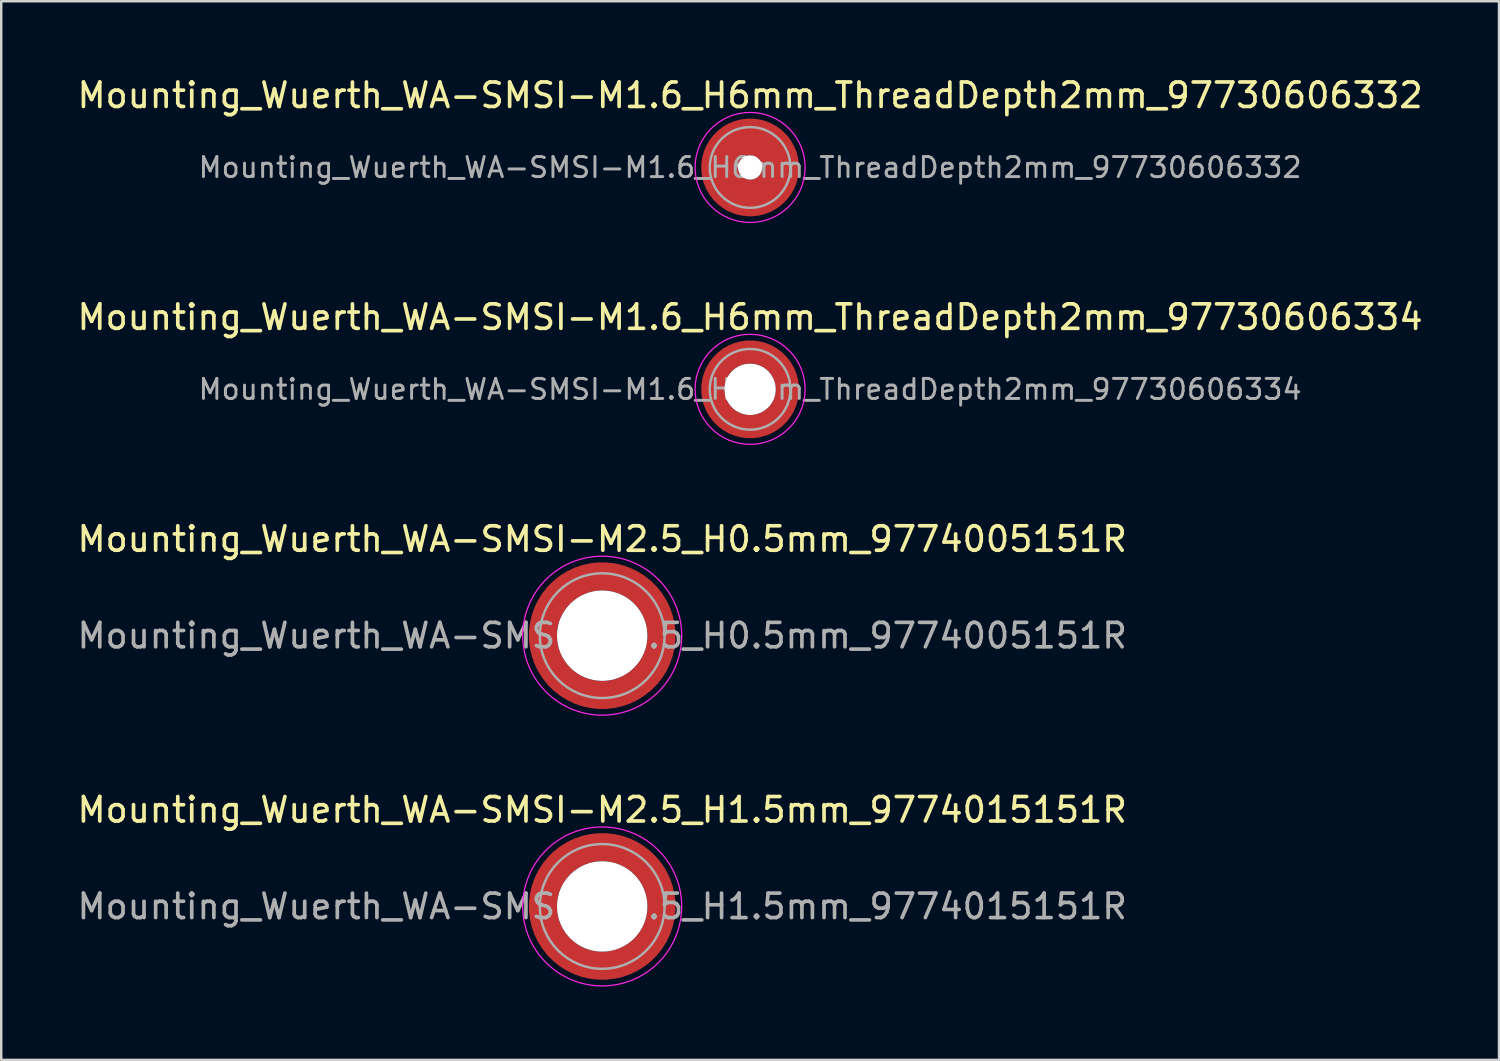
<source format=kicad_pcb>
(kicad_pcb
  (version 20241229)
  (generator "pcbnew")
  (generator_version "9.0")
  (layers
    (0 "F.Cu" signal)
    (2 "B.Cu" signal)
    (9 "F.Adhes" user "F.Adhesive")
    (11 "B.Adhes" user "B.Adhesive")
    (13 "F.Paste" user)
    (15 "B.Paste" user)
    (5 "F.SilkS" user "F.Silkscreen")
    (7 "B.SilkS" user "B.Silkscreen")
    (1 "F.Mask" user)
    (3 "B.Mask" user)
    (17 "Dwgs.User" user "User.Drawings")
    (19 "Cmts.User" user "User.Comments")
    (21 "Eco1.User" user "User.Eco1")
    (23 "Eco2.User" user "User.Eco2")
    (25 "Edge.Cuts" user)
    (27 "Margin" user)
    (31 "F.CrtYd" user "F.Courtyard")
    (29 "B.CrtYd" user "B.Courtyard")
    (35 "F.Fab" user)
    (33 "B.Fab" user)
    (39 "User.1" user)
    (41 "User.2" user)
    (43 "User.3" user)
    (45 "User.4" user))
  (footprint "Mounting_Wuerth_WA-SMSI-M2.5_H1.5mm_9774015151R"
    (layer "F.Cu")
    (at 21.577 34.018)
    (property "Reference" "Mounting_Wuerth_WA-SMSI-M2.5_H1.5mm_9774015151R" (at 0 -3.95 0) (layer "F.SilkS") (effects (font (size 1 1) (thickness 0.15))))
    (attr smd allow_soldermask_bridges)
    (fp_circle (center 0 0) (end 3.25 0) (stroke (width 0.05) (type solid)) (fill no) (layer "F.CrtYd"))
    (fp_circle (center 0 0) (end 2.55 0) (stroke (width 0.1) (type solid)) (fill no) (layer "F.Fab"))
    (fp_text user "${REFERENCE}" (at 0 0 0) (layer "F.Fab") (effects (font (size 1 1) (thickness 0.15))))
    (pad "" smd custom (at -1.704 -1.704) (size 0.51 0.51) (layers "F.Paste") (options (anchor circle)) (primitives (gr_arc (start -0.250195 1.279127) (mid 0.289914 0.289914) (end 1.279127 -0.250195) (width 0.2)) (gr_arc (start -0.34334 1.279127) (mid 0.225488 0.225488) (end 1.279127 -0.34334) (width 0.2)) (gr_arc (start -0.436309 1.279127) (mid 0.161063 0.161063) (end 1.279127 -0.436309) (width 0.2)) (gr_arc (start -0.529126 1.279127) (mid 0.096638 0.096638) (end 1.279127 -0.529126) (width 0.2)) (gr_arc (start -0.621807 1.279127) (mid 0.032213 0.032213) (end 1.279127 -0.621807) (width 0.2)) (gr_arc (start -0.71437 1.279127) (mid -0.032213 -0.032213) (end 1.279127 -0.71437) (width 0.2)) (gr_arc (start -0.806826 1.279127) (mid -0.096638 -0.096638) (end 1.279127 -0.806826) (width 0.2)) (gr_arc (start -0.899187 1.279127) (mid -0.161063 -0.161063) (end 1.279127 -0.899187) (width 0.2)) (gr_arc (start -0.991463 1.279127) (mid -0.225488 -0.225488) (end 1.279127 -0.991463) (width 0.2)) (gr_arc (start -1.083663 1.279127) (mid -0.289914 -0.289914) (end 1.279127 -1.083663) (width 0.2)) (gr_line (start 1.279 -0.25) (end 1.279 -1.084) (width 0.2)) (gr_line (start -0.25 1.279) (end -1.084 1.279) (width 0.2))))
    (pad "" smd custom (at -1.704 1.704) (size 0.51 0.51) (layers "F.Paste") (options (anchor circle)) (primitives (gr_arc (start 1.279127 0.250195) (mid 0.289914 -0.289914) (end -0.250195 -1.279127) (width 0.2)) (gr_arc (start 1.279127 0.34334) (mid 0.225488 -0.225488) (end -0.34334 -1.279127) (width 0.2)) (gr_arc (start 1.279127 0.436309) (mid 0.161063 -0.161063) (end -0.436309 -1.279127) (width 0.2)) (gr_arc (start 1.279127 0.529126) (mid 0.096638 -0.096638) (end -0.529126 -1.279127) (width 0.2)) (gr_arc (start 1.279127 0.621807) (mid 0.032213 -0.032213) (end -0.621807 -1.279127) (width 0.2)) (gr_arc (start 1.279127 0.71437) (mid -0.032213 0.032213) (end -0.71437 -1.279127) (width 0.2)) (gr_arc (start 1.279127 0.806826) (mid -0.096638 0.096638) (end -0.806826 -1.279127) (width 0.2)) (gr_arc (start 1.279127 0.899187) (mid -0.161063 0.161063) (end -0.899187 -1.279127) (width 0.2)) (gr_arc (start 1.279127 0.991463) (mid -0.225488 0.225488) (end -0.991463 -1.279127) (width 0.2)) (gr_arc (start 1.279127 1.083663) (mid -0.289914 0.289914) (end -1.083663 -1.279127) (width 0.2)) (gr_line (start -0.25 -1.279) (end -1.084 -1.279) (width 0.2)) (gr_line (start 1.279 0.25) (end 1.279 1.084) (width 0.2))))
    (pad "" np_thru_hole circle (at 0 0) (size 3.7 3.7) (drill 3.7) (layers "*.Cu" "*.Mask"))
    (pad "" smd custom (at 1.704 -1.704) (size 0.51 0.51) (layers "F.Paste") (options (anchor circle)) (primitives (gr_arc (start -1.279127 -0.250195) (mid -0.289914 0.289914) (end 0.250195 1.279127) (width 0.2)) (gr_arc (start -1.279127 -0.34334) (mid -0.225488 0.225488) (end 0.34334 1.279127) (width 0.2)) (gr_arc (start -1.279127 -0.436309) (mid -0.161063 0.161063) (end 0.436309 1.279127) (width 0.2)) (gr_arc (start -1.279127 -0.529126) (mid -0.096638 0.096638) (end 0.529126 1.279127) (width 0.2)) (gr_arc (start -1.279127 -0.621807) (mid -0.032213 0.032213) (end 0.621807 1.279127) (width 0.2)) (gr_arc (start -1.279127 -0.71437) (mid 0.032213 -0.032213) (end 0.71437 1.279127) (width 0.2)) (gr_arc (start -1.279127 -0.806826) (mid 0.096638 -0.096638) (end 0.806826 1.279127) (width 0.2)) (gr_arc (start -1.279127 -0.899187) (mid 0.161063 -0.161063) (end 0.899187 1.279127) (width 0.2)) (gr_arc (start -1.279127 -0.991463) (mid 0.225488 -0.225488) (end 0.991463 1.279127) (width 0.2)) (gr_arc (start -1.279127 -1.083663) (mid 0.289914 -0.289914) (end 1.083663 1.279127) (width 0.2)) (gr_line (start 0.25 1.279) (end 1.084 1.279) (width 0.2)) (gr_line (start -1.279 -0.25) (end -1.279 -1.084) (width 0.2))))
    (pad "" smd custom (at 1.704 1.704) (size 0.51 0.51) (layers "F.Paste") (options (anchor circle)) (primitives (gr_arc (start 0.250195 -1.279127) (mid -0.289914 -0.289914) (end -1.279127 0.250195) (width 0.2)) (gr_arc (start 0.34334 -1.279127) (mid -0.225488 -0.225488) (end -1.279127 0.34334) (width 0.2)) (gr_arc (start 0.436309 -1.279127) (mid -0.161063 -0.161063) (end -1.279127 0.436309) (width 0.2)) (gr_arc (start 0.529126 -1.279127) (mid -0.096638 -0.096638) (end -1.279127 0.529126) (width 0.2)) (gr_arc (start 0.621807 -1.279127) (mid -0.032213 -0.032213) (end -1.279127 0.621807) (width 0.2)) (gr_arc (start 0.71437 -1.279127) (mid 0.032213 0.032213) (end -1.279127 0.71437) (width 0.2)) (gr_arc (start 0.806826 -1.279127) (mid 0.096638 0.096638) (end -1.279127 0.806826) (width 0.2)) (gr_arc (start 0.899187 -1.279127) (mid 0.161063 0.161063) (end -1.279127 0.899187) (width 0.2)) (gr_arc (start 0.991463 -1.279127) (mid 0.225488 0.225488) (end -1.279127 0.991463) (width 0.2)) (gr_arc (start 1.083663 -1.279127) (mid 0.289914 0.289914) (end -1.279127 1.083663) (width 0.2)) (gr_line (start -1.279 0.25) (end -1.279 1.084) (width 0.2)) (gr_line (start 0.25 -1.279) (end 1.084 -1.279) (width 0.2))))
    (pad "1" smd circle (at -2.425 0) (size 0.642 0.642) (layers "F.Cu"))
    (pad "1" smd circle (at 0 -2.425) (size 0.642 0.642) (layers "F.Cu"))
    (pad "1" smd circle (at 0 2.425) (size 0.642 0.642) (layers "F.Cu"))
    (pad "1" smd custom (at 2.425 0) (size 1.15 1.15) (layers "F.Cu" "F.Mask") (options (anchor circle)) (primitives (gr_circle (center -2.425 0) (end 0 0) (width 1.15) (fill no)))))
  (footprint "Mounting_Wuerth_WA-SMSI-M1.6_H6mm_ThreadDepth2mm_97730606334"
    (layer "F.Cu")
    (at 27.625 12.871)
    (property "Reference" "Mounting_Wuerth_WA-SMSI-M1.6_H6mm_ThreadDepth2mm_97730606334" (at 0 -2.95 0) (layer "F.SilkS") (effects (font (size 1 1) (thickness 0.15))))
    (attr smd allow_soldermask_bridges)
    (fp_circle (center 0 0) (end 2.25 0) (stroke (width 0.05) (type solid)) (fill no) (layer "F.CrtYd"))
    (fp_circle (center 0 0) (end 1.65 0) (stroke (width 0.1) (type solid)) (fill no) (layer "F.Fab"))
    (fp_text user "${REFERENCE}" (at 0 0 0) (layer "F.Fab") (effects (font (size 0.82 0.82) (thickness 0.12))))
    (pad "" smd custom (at -1.061 -1.061) (size 0.4 0.4) (layers "F.Paste") (options (anchor circle)) (primitives (gr_arc (start -0.101235 0.76066) (mid 0.212132 0.212132) (end 0.76066 -0.101235) (width 0.2)) (gr_arc (start -0.204251 0.76066) (mid 0.141421 0.141421) (end 0.76066 -0.204251) (width 0.2)) (gr_arc (start -0.306819 0.76066) (mid 0.070711 0.070711) (end 0.76066 -0.306819) (width 0.2)) (gr_arc (start -0.409034 0.76066) (mid 0 0) (end 0.76066 -0.409034) (width 0.2)) (gr_arc (start -0.510963 0.76066) (mid -0.070711 -0.070711) (end 0.76066 -0.510963) (width 0.2)) (gr_arc (start -0.61266 0.76066) (mid -0.141421 -0.141421) (end 0.76066 -0.61266) (width 0.2)) (gr_arc (start -0.714164 0.76066) (mid -0.212132 -0.212132) (end 0.76066 -0.714164) (width 0.2)) (gr_line (start 0.761 -0.101) (end 0.761 -0.714) (width 0.2)) (gr_line (start -0.101 0.761) (end -0.714 0.761) (width 0.2))))
    (pad "" smd custom (at -1.061 1.061) (size 0.4 0.4) (layers "F.Paste") (options (anchor circle)) (primitives (gr_arc (start 0.76066 0.101235) (mid 0.212132 -0.212132) (end -0.101235 -0.76066) (width 0.2)) (gr_arc (start 0.76066 0.204251) (mid 0.141421 -0.141421) (end -0.204251 -0.76066) (width 0.2)) (gr_arc (start 0.76066 0.306819) (mid 0.070711 -0.070711) (end -0.306819 -0.76066) (width 0.2)) (gr_arc (start 0.76066 0.409034) (mid 0 0) (end -0.409034 -0.76066) (width 0.2)) (gr_arc (start 0.76066 0.510963) (mid -0.070711 0.070711) (end -0.510963 -0.76066) (width 0.2)) (gr_arc (start 0.76066 0.61266) (mid -0.141421 0.141421) (end -0.61266 -0.76066) (width 0.2)) (gr_arc (start 0.76066 0.714164) (mid -0.212132 0.212132) (end -0.714164 -0.76066) (width 0.2)) (gr_line (start -0.101 -0.761) (end -0.714 -0.761) (width 0.2)) (gr_line (start 0.761 0.101) (end 0.761 0.714) (width 0.2))))
    (pad "" np_thru_hole circle (at 0 0) (size 2.1 2.1) (drill 2.1) (layers "*.Cu" "*.Mask"))
    (pad "" smd custom (at 1.061 -1.061) (size 0.4 0.4) (layers "F.Paste") (options (anchor circle)) (primitives (gr_arc (start -0.76066 -0.101235) (mid -0.212132 0.212132) (end 0.101235 0.76066) (width 0.2)) (gr_arc (start -0.76066 -0.204251) (mid -0.141421 0.141421) (end 0.204251 0.76066) (width 0.2)) (gr_arc (start -0.76066 -0.306819) (mid -0.070711 0.070711) (end 0.306819 0.76066) (width 0.2)) (gr_arc (start -0.76066 -0.409034) (mid 0 0) (end 0.409034 0.76066) (width 0.2)) (gr_arc (start -0.76066 -0.510963) (mid 0.070711 -0.070711) (end 0.510963 0.76066) (width 0.2)) (gr_arc (start -0.76066 -0.61266) (mid 0.141421 -0.141421) (end 0.61266 0.76066) (width 0.2)) (gr_arc (start -0.76066 -0.714164) (mid 0.212132 -0.212132) (end 0.714164 0.76066) (width 0.2)) (gr_line (start 0.101 0.761) (end 0.714 0.761) (width 0.2)) (gr_line (start -0.761 -0.101) (end -0.761 -0.714) (width 0.2))))
    (pad "" smd custom (at 1.061 1.061) (size 0.4 0.4) (layers "F.Paste") (options (anchor circle)) (primitives (gr_arc (start 0.101235 -0.76066) (mid -0.212132 -0.212132) (end -0.76066 0.101235) (width 0.2)) (gr_arc (start 0.204251 -0.76066) (mid -0.141421 -0.141421) (end -0.76066 0.204251) (width 0.2)) (gr_arc (start 0.306819 -0.76066) (mid -0.070711 -0.070711) (end -0.76066 0.306819) (width 0.2)) (gr_arc (start 0.409034 -0.76066) (mid 0 0) (end -0.76066 0.409034) (width 0.2)) (gr_arc (start 0.510963 -0.76066) (mid 0.070711 0.070711) (end -0.76066 0.510963) (width 0.2)) (gr_arc (start 0.61266 -0.76066) (mid 0.141421 0.141421) (end -0.76066 0.61266) (width 0.2)) (gr_arc (start 0.714164 -0.76066) (mid 0.212132 0.212132) (end -0.76066 0.714164) (width 0.2)) (gr_line (start -0.761 0.101) (end -0.761 0.714) (width 0.2)) (gr_line (start 0.101 -0.761) (end 0.714 -0.761) (width 0.2))))
    (pad "1" smd circle (at -1.525 0) (size 0.442 0.442) (layers "F.Cu"))
    (pad "1" smd circle (at 0 -1.525) (size 0.442 0.442) (layers "F.Cu"))
    (pad "1" smd circle (at 0 1.525) (size 0.442 0.442) (layers "F.Cu"))
    (pad "1" smd custom (at 1.525 0) (size 0.95 0.95) (layers "F.Cu" "F.Mask") (options (anchor circle)) (primitives (gr_circle (center -1.525 0) (end 0 0) (width 0.95) (fill no)))))
  (footprint "Mounting_Wuerth_WA-SMSI-M1.6_H6mm_ThreadDepth2mm_97730606332"
    (layer "F.Cu")
    (at 27.625 3.798)
    (property "Reference" "Mounting_Wuerth_WA-SMSI-M1.6_H6mm_ThreadDepth2mm_97730606332" (at 0 -2.95 0) (layer "F.SilkS") (effects (font (size 1 1) (thickness 0.15))))
    (attr smd allow_soldermask_bridges)
    (fp_circle (center 0 0) (end 2.25 0) (stroke (width 0.05) (type solid)) (fill no) (layer "F.CrtYd"))
    (fp_circle (center 0 0) (end 1.65 0) (stroke (width 0.1) (type solid)) (fill no) (layer "F.Fab"))
    (fp_text user "${REFERENCE}" (at 0 0 0) (layer "F.Fab") (effects (font (size 0.82 0.82) (thickness 0.12))))
    (pad "" smd custom (at 0 -1.25) (size 0.65 0.65) (layers "F.Paste") (options (anchor circle)) (primitives (gr_arc (start -0.259808 0.6) (mid 0.392514 0.670403) (end 0.7 1.25) (width 0.2)) (gr_arc (start -0.466369 0.6) (mid 0.365311 0.538278) (end 0.8 1.25) (width 0.2)) (gr_arc (start -0.622495 0.6) (mid 0.35338 0.422279) (end 0.9 1.25) (width 0.2)) (gr_arc (start -0.759934 0.6) (mid 0.346458 0.311934) (end 1 1.25) (width 0.2)) (gr_arc (start -0.887412 0.6) (mid 0.341941 0.204497) (end 1.1 1.25) (width 0.2)) (gr_arc (start -1.008712 0.6) (mid 0.338781 0.098815) (end 1.2 1.25) (width 0.2)) (gr_arc (start -1.125833 0.6) (mid 0.336465 -0.005704) (end 1.3 1.25) (width 0.2)) (gr_arc (start -1.23996 0.6) (mid 0.334706 -0.109401) (end 1.4 1.25) (width 0.2)) (gr_arc (start -1.351851 0.6) (mid 0.333335 -0.212494) (end 1.5 1.25) (width 0.2)) (gr_arc (start -1.462019 0.6) (mid 0.332242 -0.315125) (end 1.6 1.25) (width 0.2)) (gr_arc (start -1.570828 0.6) (mid 0.331355 -0.417394) (end 1.7 1.25) (width 0.2)) (gr_arc (start -1.678541 0.6) (mid 0.330625 -0.519375) (end 1.8 1.25) (width 0.2)) (gr_line (start 0.7 1.25) (end 1.8 1.25) (width 0.2)) (gr_line (start -0.26 0.6) (end -1.679 0.6) (width 0.2))))
    (pad "" np_thru_hole circle (at 0 0) (size 1 1) (drill 1) (layers "*.Cu" "*.Mask"))
    (pad "" smd custom (at 0 1.25) (size 0.65 0.65) (layers "F.Paste") (options (anchor circle)) (primitives (gr_arc (start 0.259808 -0.6) (mid -0.392514 -0.670403) (end -0.7 -1.25) (width 0.2)) (gr_arc (start 0.466369 -0.6) (mid -0.365311 -0.538278) (end -0.8 -1.25) (width 0.2)) (gr_arc (start 0.622495 -0.6) (mid -0.35338 -0.422279) (end -0.9 -1.25) (width 0.2)) (gr_arc (start 0.759934 -0.6) (mid -0.346458 -0.311934) (end -1 -1.25) (width 0.2)) (gr_arc (start 0.887412 -0.6) (mid -0.341941 -0.204497) (end -1.1 -1.25) (width 0.2)) (gr_arc (start 1.008712 -0.6) (mid -0.338781 -0.098815) (end -1.2 -1.25) (width 0.2)) (gr_arc (start 1.125833 -0.6) (mid -0.336465 0.005704) (end -1.3 -1.25) (width 0.2)) (gr_arc (start 1.23996 -0.6) (mid -0.334706 0.109401) (end -1.4 -1.25) (width 0.2)) (gr_arc (start 1.351851 -0.6) (mid -0.333335 0.212494) (end -1.5 -1.25) (width 0.2)) (gr_arc (start 1.462019 -0.6) (mid -0.332242 0.315125) (end -1.6 -1.25) (width 0.2)) (gr_arc (start 1.570828 -0.6) (mid -0.331355 0.417394) (end -1.7 -1.25) (width 0.2)) (gr_arc (start 1.678541 -0.6) (mid -0.330625 0.519375) (end -1.8 -1.25) (width 0.2)) (gr_line (start -0.7 -1.25) (end -1.8 -1.25) (width 0.2)) (gr_line (start 0.26 -0.6) (end 1.679 -0.6) (width 0.2))))
    (pad "1" smd circle (at -1.25 0) (size 0.992 0.992) (layers "F.Cu"))
    (pad "1" smd circle (at 0 -1.25) (size 0.992 0.992) (layers "F.Cu"))
    (pad "1" smd circle (at 0 1.25) (size 0.992 0.992) (layers "F.Cu"))
    (pad "1" smd custom (at 1.25 0) (size 1.5 1.5) (layers "F.Cu" "F.Mask") (options (anchor circle)) (primitives (gr_circle (center -1.25 0) (end 0 0) (width 1.5) (fill no)))))
  (footprint "Mounting_Wuerth_WA-SMSI-M2.5_H0.5mm_9774005151R"
    (layer "F.Cu")
    (at 21.577 22.945)
    (property "Reference" "Mounting_Wuerth_WA-SMSI-M2.5_H0.5mm_9774005151R" (at 0 -3.95 0) (layer "F.SilkS") (effects (font (size 1 1) (thickness 0.15))))
    (attr smd allow_soldermask_bridges)
    (fp_circle (center 0 0) (end 3.25 0) (stroke (width 0.05) (type solid)) (fill no) (layer "F.CrtYd"))
    (fp_circle (center 0 0) (end 2.55 0) (stroke (width 0.1) (type solid)) (fill no) (layer "F.Fab"))
    (fp_text user "${REFERENCE}" (at 0 0 0) (layer "F.Fab") (effects (font (size 1 1) (thickness 0.15))))
    (pad "" smd custom (at -1.704 -1.704) (size 0.51 0.51) (layers "F.Paste") (options (anchor circle)) (primitives (gr_arc (start -0.250195 1.279127) (mid 0.289914 0.289914) (end 1.279127 -0.250195) (width 0.2)) (gr_arc (start -0.34334 1.279127) (mid 0.225488 0.225488) (end 1.279127 -0.34334) (width 0.2)) (gr_arc (start -0.436309 1.279127) (mid 0.161063 0.161063) (end 1.279127 -0.436309) (width 0.2)) (gr_arc (start -0.529126 1.279127) (mid 0.096638 0.096638) (end 1.279127 -0.529126) (width 0.2)) (gr_arc (start -0.621807 1.279127) (mid 0.032213 0.032213) (end 1.279127 -0.621807) (width 0.2)) (gr_arc (start -0.71437 1.279127) (mid -0.032213 -0.032213) (end 1.279127 -0.71437) (width 0.2)) (gr_arc (start -0.806826 1.279127) (mid -0.096638 -0.096638) (end 1.279127 -0.806826) (width 0.2)) (gr_arc (start -0.899187 1.279127) (mid -0.161063 -0.161063) (end 1.279127 -0.899187) (width 0.2)) (gr_arc (start -0.991463 1.279127) (mid -0.225488 -0.225488) (end 1.279127 -0.991463) (width 0.2)) (gr_arc (start -1.083663 1.279127) (mid -0.289914 -0.289914) (end 1.279127 -1.083663) (width 0.2)) (gr_line (start 1.279 -0.25) (end 1.279 -1.084) (width 0.2)) (gr_line (start -0.25 1.279) (end -1.084 1.279) (width 0.2))))
    (pad "" smd custom (at -1.704 1.704) (size 0.51 0.51) (layers "F.Paste") (options (anchor circle)) (primitives (gr_arc (start 1.279127 0.250195) (mid 0.289914 -0.289914) (end -0.250195 -1.279127) (width 0.2)) (gr_arc (start 1.279127 0.34334) (mid 0.225488 -0.225488) (end -0.34334 -1.279127) (width 0.2)) (gr_arc (start 1.279127 0.436309) (mid 0.161063 -0.161063) (end -0.436309 -1.279127) (width 0.2)) (gr_arc (start 1.279127 0.529126) (mid 0.096638 -0.096638) (end -0.529126 -1.279127) (width 0.2)) (gr_arc (start 1.279127 0.621807) (mid 0.032213 -0.032213) (end -0.621807 -1.279127) (width 0.2)) (gr_arc (start 1.279127 0.71437) (mid -0.032213 0.032213) (end -0.71437 -1.279127) (width 0.2)) (gr_arc (start 1.279127 0.806826) (mid -0.096638 0.096638) (end -0.806826 -1.279127) (width 0.2)) (gr_arc (start 1.279127 0.899187) (mid -0.161063 0.161063) (end -0.899187 -1.279127) (width 0.2)) (gr_arc (start 1.279127 0.991463) (mid -0.225488 0.225488) (end -0.991463 -1.279127) (width 0.2)) (gr_arc (start 1.279127 1.083663) (mid -0.289914 0.289914) (end -1.083663 -1.279127) (width 0.2)) (gr_line (start -0.25 -1.279) (end -1.084 -1.279) (width 0.2)) (gr_line (start 1.279 0.25) (end 1.279 1.084) (width 0.2))))
    (pad "" np_thru_hole circle (at 0 0) (size 3.7 3.7) (drill 3.7) (layers "*.Cu" "*.Mask"))
    (pad "" smd custom (at 1.704 -1.704) (size 0.51 0.51) (layers "F.Paste") (options (anchor circle)) (primitives (gr_arc (start -1.279127 -0.250195) (mid -0.289914 0.289914) (end 0.250195 1.279127) (width 0.2)) (gr_arc (start -1.279127 -0.34334) (mid -0.225488 0.225488) (end 0.34334 1.279127) (width 0.2)) (gr_arc (start -1.279127 -0.436309) (mid -0.161063 0.161063) (end 0.436309 1.279127) (width 0.2)) (gr_arc (start -1.279127 -0.529126) (mid -0.096638 0.096638) (end 0.529126 1.279127) (width 0.2)) (gr_arc (start -1.279127 -0.621807) (mid -0.032213 0.032213) (end 0.621807 1.279127) (width 0.2)) (gr_arc (start -1.279127 -0.71437) (mid 0.032213 -0.032213) (end 0.71437 1.279127) (width 0.2)) (gr_arc (start -1.279127 -0.806826) (mid 0.096638 -0.096638) (end 0.806826 1.279127) (width 0.2)) (gr_arc (start -1.279127 -0.899187) (mid 0.161063 -0.161063) (end 0.899187 1.279127) (width 0.2)) (gr_arc (start -1.279127 -0.991463) (mid 0.225488 -0.225488) (end 0.991463 1.279127) (width 0.2)) (gr_arc (start -1.279127 -1.083663) (mid 0.289914 -0.289914) (end 1.083663 1.279127) (width 0.2)) (gr_line (start 0.25 1.279) (end 1.084 1.279) (width 0.2)) (gr_line (start -1.279 -0.25) (end -1.279 -1.084) (width 0.2))))
    (pad "" smd custom (at 1.704 1.704) (size 0.51 0.51) (layers "F.Paste") (options (anchor circle)) (primitives (gr_arc (start 0.250195 -1.279127) (mid -0.289914 -0.289914) (end -1.279127 0.250195) (width 0.2)) (gr_arc (start 0.34334 -1.279127) (mid -0.225488 -0.225488) (end -1.279127 0.34334) (width 0.2)) (gr_arc (start 0.436309 -1.279127) (mid -0.161063 -0.161063) (end -1.279127 0.436309) (width 0.2)) (gr_arc (start 0.529126 -1.279127) (mid -0.096638 -0.096638) (end -1.279127 0.529126) (width 0.2)) (gr_arc (start 0.621807 -1.279127) (mid -0.032213 -0.032213) (end -1.279127 0.621807) (width 0.2)) (gr_arc (start 0.71437 -1.279127) (mid 0.032213 0.032213) (end -1.279127 0.71437) (width 0.2)) (gr_arc (start 0.806826 -1.279127) (mid 0.096638 0.096638) (end -1.279127 0.806826) (width 0.2)) (gr_arc (start 0.899187 -1.279127) (mid 0.161063 0.161063) (end -1.279127 0.899187) (width 0.2)) (gr_arc (start 0.991463 -1.279127) (mid 0.225488 0.225488) (end -1.279127 0.991463) (width 0.2)) (gr_arc (start 1.083663 -1.279127) (mid 0.289914 0.289914) (end -1.279127 1.083663) (width 0.2)) (gr_line (start -1.279 0.25) (end -1.279 1.084) (width 0.2)) (gr_line (start 0.25 -1.279) (end 1.084 -1.279) (width 0.2))))
    (pad "1" smd circle (at -2.425 0) (size 0.642 0.642) (layers "F.Cu"))
    (pad "1" smd circle (at 0 -2.425) (size 0.642 0.642) (layers "F.Cu"))
    (pad "1" smd circle (at 0 2.425) (size 0.642 0.642) (layers "F.Cu"))
    (pad "1" smd custom (at 2.425 0) (size 1.15 1.15) (layers "F.Cu" "F.Mask") (options (anchor circle)) (primitives (gr_circle (center -2.425 0) (end 0 0) (width 1.15) (fill no)))))
  (gr_rect
    (start -3 -3)
    (end 58.25 40.293)
    (stroke (width 0.1) (type default))
    (fill no)
    (layer "Edge.Cuts")))
</source>
